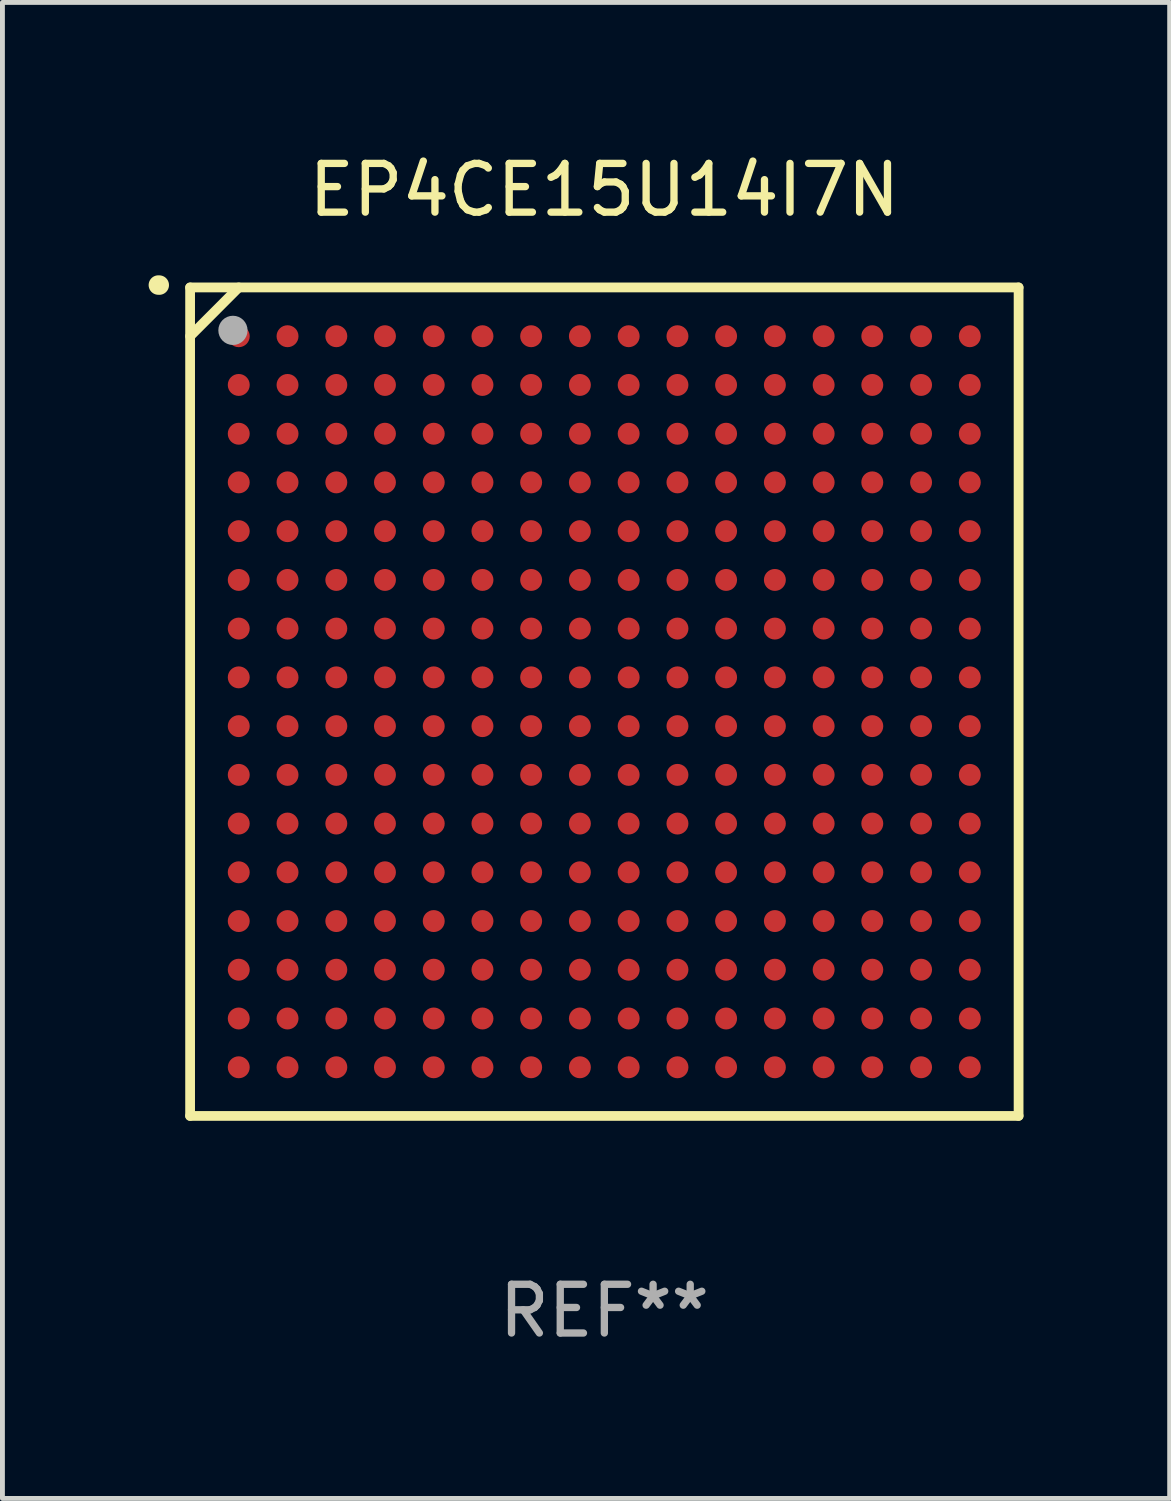
<source format=kicad_pcb>
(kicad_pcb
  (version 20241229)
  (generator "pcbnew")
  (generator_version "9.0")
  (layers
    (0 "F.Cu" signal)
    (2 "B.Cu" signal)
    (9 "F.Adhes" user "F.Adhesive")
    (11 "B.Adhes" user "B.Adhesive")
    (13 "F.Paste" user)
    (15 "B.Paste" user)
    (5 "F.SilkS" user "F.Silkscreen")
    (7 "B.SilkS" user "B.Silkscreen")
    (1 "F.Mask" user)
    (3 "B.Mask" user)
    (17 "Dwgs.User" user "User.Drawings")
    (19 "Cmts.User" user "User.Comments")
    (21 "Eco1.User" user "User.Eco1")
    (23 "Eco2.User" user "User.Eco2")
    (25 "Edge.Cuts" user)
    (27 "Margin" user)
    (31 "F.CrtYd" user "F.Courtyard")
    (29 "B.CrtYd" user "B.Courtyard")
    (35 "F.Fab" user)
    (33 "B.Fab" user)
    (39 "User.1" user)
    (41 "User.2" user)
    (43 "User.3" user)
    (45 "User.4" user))
  (footprint "EP4CE15U14I7N"
    (layer "F.Cu")
    (at 9.351 11.348)
    (property "Reference" "EP4CE15U14I7N" (at 0 -10.5 0) (layer "F.SilkS") (effects (font (size 1 1) (thickness 0.15))))
    (attr through_hole)
    (fp_line (start -8.5 -8.5) (end 8.5 -8.5) (stroke (width 0.2) (type solid)) (layer "F.SilkS"))
    (fp_line (start -8.5 -7.499) (end -7.502 -8.5) (stroke (width 0.2) (type solid)) (layer "F.SilkS"))
    (fp_line (start -8.5 8.5) (end -8.5 -8.5) (stroke (width 0.2) (type solid)) (layer "F.SilkS"))
    (fp_line (start 8.5 -8.5) (end 8.5 8.5) (stroke (width 0.2) (type solid)) (layer "F.SilkS"))
    (fp_line (start 8.5 8.5) (end -8.5 8.5) (stroke (width 0.2) (type solid)) (layer "F.SilkS"))
    (fp_arc (start -9.151181 -8.548768) (mid -9.142295 -8.548541) (end -9.133426 -8.547955) (stroke (width 0.4) (type solid)) (layer "F.SilkS"))
    (fp_circle (center -8.501 -8.499) (end -8.471 -8.499) (stroke (width 0.06) (type solid)) (fill no) (layer "F.SilkS"))
    (fp_circle (center -7.621 -7.619) (end -7.471 -7.619) (stroke (width 0.3) (type solid)) (fill no) (layer "F.Fab"))
    (fp_text user "REF**" (at 0 12.5 0) (layer "F.Fab") (effects (font (size 1 1) (thickness 0.15))))
    (pad "A1" smd circle (at -7.502 -7.499) (size 0.45 0.45) (layers "F.Cu" "F.Mask" "F.Paste"))
    (pad "A2" smd circle (at -6.501 -7.499) (size 0.45 0.45) (layers "F.Cu" "F.Mask" "F.Paste"))
    (pad "A3" smd circle (at -5.5 -7.499) (size 0.45 0.45) (layers "F.Cu" "F.Mask" "F.Paste"))
    (pad "A4" smd circle (at -4.502 -7.499) (size 0.45 0.45) (layers "F.Cu" "F.Mask" "F.Paste"))
    (pad "A5" smd circle (at -3.501 -7.499) (size 0.45 0.45) (layers "F.Cu" "F.Mask" "F.Paste"))
    (pad "A6" smd circle (at -2.501 -7.499) (size 0.45 0.45) (layers "F.Cu" "F.Mask" "F.Paste"))
    (pad "A7" smd circle (at -1.502 -7.499) (size 0.45 0.45) (layers "F.Cu" "F.Mask" "F.Paste"))
    (pad "A8" smd circle (at -0.502 -7.499) (size 0.45 0.45) (layers "F.Cu" "F.Mask" "F.Paste"))
    (pad "A9" smd circle (at 0.499 -7.499) (size 0.45 0.45) (layers "F.Cu" "F.Mask" "F.Paste"))
    (pad "A10" smd circle (at 1.5 -7.499) (size 0.45 0.45) (layers "F.Cu" "F.Mask" "F.Paste"))
    (pad "A11" smd circle (at 2.498 -7.499) (size 0.45 0.45) (layers "F.Cu" "F.Mask" "F.Paste"))
    (pad "A12" smd circle (at 3.499 -7.499) (size 0.45 0.45) (layers "F.Cu" "F.Mask" "F.Paste"))
    (pad "A13" smd circle (at 4.5 -7.499) (size 0.45 0.45) (layers "F.Cu" "F.Mask" "F.Paste"))
    (pad "A14" smd circle (at 5.498 -7.499) (size 0.45 0.45) (layers "F.Cu" "F.Mask" "F.Paste"))
    (pad "A15" smd circle (at 6.499 -7.499) (size 0.45 0.45) (layers "F.Cu" "F.Mask" "F.Paste"))
    (pad "A16" smd circle (at 7.499 -7.499) (size 0.45 0.45) (layers "F.Cu" "F.Mask" "F.Paste"))
    (pad "B1" smd circle (at -7.502 -6.499) (size 0.45 0.45) (layers "F.Cu" "F.Mask" "F.Paste"))
    (pad "B2" smd circle (at -6.501 -6.499) (size 0.45 0.45) (layers "F.Cu" "F.Mask" "F.Paste"))
    (pad "B3" smd circle (at -5.5 -6.499) (size 0.45 0.45) (layers "F.Cu" "F.Mask" "F.Paste"))
    (pad "B4" smd circle (at -4.502 -6.499) (size 0.45 0.45) (layers "F.Cu" "F.Mask" "F.Paste"))
    (pad "B5" smd circle (at -3.501 -6.499) (size 0.45 0.45) (layers "F.Cu" "F.Mask" "F.Paste"))
    (pad "B6" smd circle (at -2.501 -6.499) (size 0.45 0.45) (layers "F.Cu" "F.Mask" "F.Paste"))
    (pad "B7" smd circle (at -1.502 -6.499) (size 0.45 0.45) (layers "F.Cu" "F.Mask" "F.Paste"))
    (pad "B8" smd circle (at -0.502 -6.499) (size 0.45 0.45) (layers "F.Cu" "F.Mask" "F.Paste"))
    (pad "B9" smd circle (at 0.499 -6.499) (size 0.45 0.45) (layers "F.Cu" "F.Mask" "F.Paste"))
    (pad "B10" smd circle (at 1.5 -6.499) (size 0.45 0.45) (layers "F.Cu" "F.Mask" "F.Paste"))
    (pad "B11" smd circle (at 2.498 -6.499) (size 0.45 0.45) (layers "F.Cu" "F.Mask" "F.Paste"))
    (pad "B12" smd circle (at 3.499 -6.499) (size 0.45 0.45) (layers "F.Cu" "F.Mask" "F.Paste"))
    (pad "B13" smd circle (at 4.5 -6.499) (size 0.45 0.45) (layers "F.Cu" "F.Mask" "F.Paste"))
    (pad "B14" smd circle (at 5.498 -6.499) (size 0.45 0.45) (layers "F.Cu" "F.Mask" "F.Paste"))
    (pad "B15" smd circle (at 6.499 -6.499) (size 0.45 0.45) (layers "F.Cu" "F.Mask" "F.Paste"))
    (pad "B16" smd circle (at 7.499 -6.499) (size 0.45 0.45) (layers "F.Cu" "F.Mask" "F.Paste"))
    (pad "C1" smd circle (at -7.502 -5.498) (size 0.45 0.45) (layers "F.Cu" "F.Mask" "F.Paste"))
    (pad "C2" smd circle (at -6.501 -5.498) (size 0.45 0.45) (layers "F.Cu" "F.Mask" "F.Paste"))
    (pad "C3" smd circle (at -5.5 -5.498) (size 0.45 0.45) (layers "F.Cu" "F.Mask" "F.Paste"))
    (pad "C4" smd circle (at -4.502 -5.498) (size 0.45 0.45) (layers "F.Cu" "F.Mask" "F.Paste"))
    (pad "C5" smd circle (at -3.501 -5.498) (size 0.45 0.45) (layers "F.Cu" "F.Mask" "F.Paste"))
    (pad "C6" smd circle (at -2.501 -5.498) (size 0.45 0.45) (layers "F.Cu" "F.Mask" "F.Paste"))
    (pad "C7" smd circle (at -1.502 -5.498) (size 0.45 0.45) (layers "F.Cu" "F.Mask" "F.Paste"))
    (pad "C8" smd circle (at -0.502 -5.498) (size 0.45 0.45) (layers "F.Cu" "F.Mask" "F.Paste"))
    (pad "C9" smd circle (at 0.499 -5.498) (size 0.45 0.45) (layers "F.Cu" "F.Mask" "F.Paste"))
    (pad "C10" smd circle (at 1.5 -5.498) (size 0.45 0.45) (layers "F.Cu" "F.Mask" "F.Paste"))
    (pad "C11" smd circle (at 2.498 -5.498) (size 0.45 0.45) (layers "F.Cu" "F.Mask" "F.Paste"))
    (pad "C12" smd circle (at 3.499 -5.498) (size 0.45 0.45) (layers "F.Cu" "F.Mask" "F.Paste"))
    (pad "C13" smd circle (at 4.5 -5.498) (size 0.45 0.45) (layers "F.Cu" "F.Mask" "F.Paste"))
    (pad "C14" smd circle (at 5.498 -5.498) (size 0.45 0.45) (layers "F.Cu" "F.Mask" "F.Paste"))
    (pad "C15" smd circle (at 6.499 -5.498) (size 0.45 0.45) (layers "F.Cu" "F.Mask" "F.Paste"))
    (pad "C16" smd circle (at 7.499 -5.498) (size 0.45 0.45) (layers "F.Cu" "F.Mask" "F.Paste"))
    (pad "D1" smd circle (at -7.502 -4.5) (size 0.45 0.45) (layers "F.Cu" "F.Mask" "F.Paste"))
    (pad "D2" smd circle (at -6.501 -4.5) (size 0.45 0.45) (layers "F.Cu" "F.Mask" "F.Paste"))
    (pad "D3" smd circle (at -5.5 -4.5) (size 0.45 0.45) (layers "F.Cu" "F.Mask" "F.Paste"))
    (pad "D4" smd circle (at -4.502 -4.5) (size 0.45 0.45) (layers "F.Cu" "F.Mask" "F.Paste"))
    (pad "D5" smd circle (at -3.501 -4.5) (size 0.45 0.45) (layers "F.Cu" "F.Mask" "F.Paste"))
    (pad "D6" smd circle (at -2.501 -4.5) (size 0.45 0.45) (layers "F.Cu" "F.Mask" "F.Paste"))
    (pad "D7" smd circle (at -1.502 -4.5) (size 0.45 0.45) (layers "F.Cu" "F.Mask" "F.Paste"))
    (pad "D8" smd circle (at -0.502 -4.5) (size 0.45 0.45) (layers "F.Cu" "F.Mask" "F.Paste"))
    (pad "D9" smd circle (at 0.499 -4.5) (size 0.45 0.45) (layers "F.Cu" "F.Mask" "F.Paste"))
    (pad "D10" smd circle (at 1.5 -4.5) (size 0.45 0.45) (layers "F.Cu" "F.Mask" "F.Paste"))
    (pad "D11" smd circle (at 2.498 -4.5) (size 0.45 0.45) (layers "F.Cu" "F.Mask" "F.Paste"))
    (pad "D12" smd circle (at 3.499 -4.5) (size 0.45 0.45) (layers "F.Cu" "F.Mask" "F.Paste"))
    (pad "D13" smd circle (at 4.5 -4.5) (size 0.45 0.45) (layers "F.Cu" "F.Mask" "F.Paste"))
    (pad "D14" smd circle (at 5.498 -4.5) (size 0.45 0.45) (layers "F.Cu" "F.Mask" "F.Paste"))
    (pad "D15" smd circle (at 6.499 -4.5) (size 0.45 0.45) (layers "F.Cu" "F.Mask" "F.Paste"))
    (pad "D16" smd circle (at 7.499 -4.5) (size 0.45 0.45) (layers "F.Cu" "F.Mask" "F.Paste"))
    (pad "E1" smd circle (at -7.502 -3.499) (size 0.45 0.45) (layers "F.Cu" "F.Mask" "F.Paste"))
    (pad "E2" smd circle (at -6.501 -3.499) (size 0.45 0.45) (layers "F.Cu" "F.Mask" "F.Paste"))
    (pad "E3" smd circle (at -5.5 -3.499) (size 0.45 0.45) (layers "F.Cu" "F.Mask" "F.Paste"))
    (pad "E4" smd circle (at -4.502 -3.499) (size 0.45 0.45) (layers "F.Cu" "F.Mask" "F.Paste"))
    (pad "E5" smd circle (at -3.501 -3.499) (size 0.45 0.45) (layers "F.Cu" "F.Mask" "F.Paste"))
    (pad "E6" smd circle (at -2.501 -3.499) (size 0.45 0.45) (layers "F.Cu" "F.Mask" "F.Paste"))
    (pad "E7" smd circle (at -1.502 -3.499) (size 0.45 0.45) (layers "F.Cu" "F.Mask" "F.Paste"))
    (pad "E8" smd circle (at -0.502 -3.499) (size 0.45 0.45) (layers "F.Cu" "F.Mask" "F.Paste"))
    (pad "E9" smd circle (at 0.499 -3.499) (size 0.45 0.45) (layers "F.Cu" "F.Mask" "F.Paste"))
    (pad "E10" smd circle (at 1.5 -3.499) (size 0.45 0.45) (layers "F.Cu" "F.Mask" "F.Paste"))
    (pad "E11" smd circle (at 2.498 -3.499) (size 0.45 0.45) (layers "F.Cu" "F.Mask" "F.Paste"))
    (pad "E12" smd circle (at 3.499 -3.499) (size 0.45 0.45) (layers "F.Cu" "F.Mask" "F.Paste"))
    (pad "E13" smd circle (at 4.5 -3.499) (size 0.45 0.45) (layers "F.Cu" "F.Mask" "F.Paste"))
    (pad "E14" smd circle (at 5.498 -3.499) (size 0.45 0.45) (layers "F.Cu" "F.Mask" "F.Paste"))
    (pad "E15" smd circle (at 6.499 -3.499) (size 0.45 0.45) (layers "F.Cu" "F.Mask" "F.Paste"))
    (pad "E16" smd circle (at 7.499 -3.499) (size 0.45 0.45) (layers "F.Cu" "F.Mask" "F.Paste"))
    (pad "F1" smd circle (at -7.502 -2.498) (size 0.45 0.45) (layers "F.Cu" "F.Mask" "F.Paste"))
    (pad "F2" smd circle (at -6.501 -2.498) (size 0.45 0.45) (layers "F.Cu" "F.Mask" "F.Paste"))
    (pad "F3" smd circle (at -5.5 -2.498) (size 0.45 0.45) (layers "F.Cu" "F.Mask" "F.Paste"))
    (pad "F4" smd circle (at -4.502 -2.498) (size 0.45 0.45) (layers "F.Cu" "F.Mask" "F.Paste"))
    (pad "F5" smd circle (at -3.501 -2.498) (size 0.45 0.45) (layers "F.Cu" "F.Mask" "F.Paste"))
    (pad "F6" smd circle (at -2.501 -2.498) (size 0.45 0.45) (layers "F.Cu" "F.Mask" "F.Paste"))
    (pad "F7" smd circle (at -1.502 -2.498) (size 0.45 0.45) (layers "F.Cu" "F.Mask" "F.Paste"))
    (pad "F8" smd circle (at -0.502 -2.498) (size 0.45 0.45) (layers "F.Cu" "F.Mask" "F.Paste"))
    (pad "F9" smd circle (at 0.499 -2.498) (size 0.45 0.45) (layers "F.Cu" "F.Mask" "F.Paste"))
    (pad "F10" smd circle (at 1.5 -2.498) (size 0.45 0.45) (layers "F.Cu" "F.Mask" "F.Paste"))
    (pad "F11" smd circle (at 2.498 -2.498) (size 0.45 0.45) (layers "F.Cu" "F.Mask" "F.Paste"))
    (pad "F12" smd circle (at 3.499 -2.498) (size 0.45 0.45) (layers "F.Cu" "F.Mask" "F.Paste"))
    (pad "F13" smd circle (at 4.5 -2.498) (size 0.45 0.45) (layers "F.Cu" "F.Mask" "F.Paste"))
    (pad "F14" smd circle (at 5.498 -2.498) (size 0.45 0.45) (layers "F.Cu" "F.Mask" "F.Paste"))
    (pad "F15" smd circle (at 6.499 -2.498) (size 0.45 0.45) (layers "F.Cu" "F.Mask" "F.Paste"))
    (pad "F16" smd circle (at 7.499 -2.498) (size 0.45 0.45) (layers "F.Cu" "F.Mask" "F.Paste"))
    (pad "G1" smd circle (at -7.502 -1.5) (size 0.45 0.45) (layers "F.Cu" "F.Mask" "F.Paste"))
    (pad "G2" smd circle (at -6.501 -1.5) (size 0.45 0.45) (layers "F.Cu" "F.Mask" "F.Paste"))
    (pad "G3" smd circle (at -5.5 -1.5) (size 0.45 0.45) (layers "F.Cu" "F.Mask" "F.Paste"))
    (pad "G4" smd circle (at -4.502 -1.5) (size 0.45 0.45) (layers "F.Cu" "F.Mask" "F.Paste"))
    (pad "G5" smd circle (at -3.501 -1.5) (size 0.45 0.45) (layers "F.Cu" "F.Mask" "F.Paste"))
    (pad "G6" smd circle (at -2.501 -1.5) (size 0.45 0.45) (layers "F.Cu" "F.Mask" "F.Paste"))
    (pad "G7" smd circle (at -1.502 -1.5) (size 0.45 0.45) (layers "F.Cu" "F.Mask" "F.Paste"))
    (pad "G8" smd circle (at -0.502 -1.5) (size 0.45 0.45) (layers "F.Cu" "F.Mask" "F.Paste"))
    (pad "G9" smd circle (at 0.499 -1.5) (size 0.45 0.45) (layers "F.Cu" "F.Mask" "F.Paste"))
    (pad "G10" smd circle (at 1.5 -1.5) (size 0.45 0.45) (layers "F.Cu" "F.Mask" "F.Paste"))
    (pad "G11" smd circle (at 2.498 -1.5) (size 0.45 0.45) (layers "F.Cu" "F.Mask" "F.Paste"))
    (pad "G12" smd circle (at 3.499 -1.5) (size 0.45 0.45) (layers "F.Cu" "F.Mask" "F.Paste"))
    (pad "G13" smd circle (at 4.5 -1.5) (size 0.45 0.45) (layers "F.Cu" "F.Mask" "F.Paste"))
    (pad "G14" smd circle (at 5.498 -1.5) (size 0.45 0.45) (layers "F.Cu" "F.Mask" "F.Paste"))
    (pad "G15" smd circle (at 6.499 -1.5) (size 0.45 0.45) (layers "F.Cu" "F.Mask" "F.Paste"))
    (pad "G16" smd circle (at 7.499 -1.5) (size 0.45 0.45) (layers "F.Cu" "F.Mask" "F.Paste"))
    (pad "H1" smd circle (at -7.502 -0.499) (size 0.45 0.45) (layers "F.Cu" "F.Mask" "F.Paste"))
    (pad "H2" smd circle (at -6.501 -0.499) (size 0.45 0.45) (layers "F.Cu" "F.Mask" "F.Paste"))
    (pad "H3" smd circle (at -5.5 -0.499) (size 0.45 0.45) (layers "F.Cu" "F.Mask" "F.Paste"))
    (pad "H4" smd circle (at -4.502 -0.499) (size 0.45 0.45) (layers "F.Cu" "F.Mask" "F.Paste"))
    (pad "H5" smd circle (at -3.501 -0.499) (size 0.45 0.45) (layers "F.Cu" "F.Mask" "F.Paste"))
    (pad "H6" smd circle (at -2.501 -0.499) (size 0.45 0.45) (layers "F.Cu" "F.Mask" "F.Paste"))
    (pad "H7" smd circle (at -1.502 -0.499) (size 0.45 0.45) (layers "F.Cu" "F.Mask" "F.Paste"))
    (pad "H8" smd circle (at -0.502 -0.499) (size 0.45 0.45) (layers "F.Cu" "F.Mask" "F.Paste"))
    (pad "H9" smd circle (at 0.499 -0.499) (size 0.45 0.45) (layers "F.Cu" "F.Mask" "F.Paste"))
    (pad "H10" smd circle (at 1.5 -0.499) (size 0.45 0.45) (layers "F.Cu" "F.Mask" "F.Paste"))
    (pad "H11" smd circle (at 2.498 -0.499) (size 0.45 0.45) (layers "F.Cu" "F.Mask" "F.Paste"))
    (pad "H12" smd circle (at 3.499 -0.499) (size 0.45 0.45) (layers "F.Cu" "F.Mask" "F.Paste"))
    (pad "H13" smd circle (at 4.5 -0.499) (size 0.45 0.45) (layers "F.Cu" "F.Mask" "F.Paste"))
    (pad "H14" smd circle (at 5.498 -0.499) (size 0.45 0.45) (layers "F.Cu" "F.Mask" "F.Paste"))
    (pad "H15" smd circle (at 6.499 -0.499) (size 0.45 0.45) (layers "F.Cu" "F.Mask" "F.Paste"))
    (pad "H16" smd circle (at 7.499 -0.499) (size 0.45 0.45) (layers "F.Cu" "F.Mask" "F.Paste"))
    (pad "J1" smd circle (at -7.502 0.502) (size 0.45 0.45) (layers "F.Cu" "F.Mask" "F.Paste"))
    (pad "J2" smd circle (at -6.501 0.502) (size 0.45 0.45) (layers "F.Cu" "F.Mask" "F.Paste"))
    (pad "J3" smd circle (at -5.5 0.502) (size 0.45 0.45) (layers "F.Cu" "F.Mask" "F.Paste"))
    (pad "J4" smd circle (at -4.502 0.502) (size 0.45 0.45) (layers "F.Cu" "F.Mask" "F.Paste"))
    (pad "J5" smd circle (at -3.501 0.502) (size 0.45 0.45) (layers "F.Cu" "F.Mask" "F.Paste"))
    (pad "J6" smd circle (at -2.501 0.502) (size 0.45 0.45) (layers "F.Cu" "F.Mask" "F.Paste"))
    (pad "J7" smd circle (at -1.502 0.502) (size 0.45 0.45) (layers "F.Cu" "F.Mask" "F.Paste"))
    (pad "J8" smd circle (at -0.502 0.502) (size 0.45 0.45) (layers "F.Cu" "F.Mask" "F.Paste"))
    (pad "J9" smd circle (at 0.499 0.502) (size 0.45 0.45) (layers "F.Cu" "F.Mask" "F.Paste"))
    (pad "J10" smd circle (at 1.5 0.502) (size 0.45 0.45) (layers "F.Cu" "F.Mask" "F.Paste"))
    (pad "J11" smd circle (at 2.498 0.502) (size 0.45 0.45) (layers "F.Cu" "F.Mask" "F.Paste"))
    (pad "J12" smd circle (at 3.499 0.502) (size 0.45 0.45) (layers "F.Cu" "F.Mask" "F.Paste"))
    (pad "J13" smd circle (at 4.5 0.502) (size 0.45 0.45) (layers "F.Cu" "F.Mask" "F.Paste"))
    (pad "J14" smd circle (at 5.498 0.502) (size 0.45 0.45) (layers "F.Cu" "F.Mask" "F.Paste"))
    (pad "J15" smd circle (at 6.499 0.502) (size 0.45 0.45) (layers "F.Cu" "F.Mask" "F.Paste"))
    (pad "J16" smd circle (at 7.499 0.502) (size 0.45 0.45) (layers "F.Cu" "F.Mask" "F.Paste"))
    (pad "K1" smd circle (at -7.502 1.502) (size 0.45 0.45) (layers "F.Cu" "F.Mask" "F.Paste"))
    (pad "K2" smd circle (at -6.501 1.502) (size 0.45 0.45) (layers "F.Cu" "F.Mask" "F.Paste"))
    (pad "K3" smd circle (at -5.5 1.502) (size 0.45 0.45) (layers "F.Cu" "F.Mask" "F.Paste"))
    (pad "K4" smd circle (at -4.502 1.502) (size 0.45 0.45) (layers "F.Cu" "F.Mask" "F.Paste"))
    (pad "K5" smd circle (at -3.501 1.502) (size 0.45 0.45) (layers "F.Cu" "F.Mask" "F.Paste"))
    (pad "K6" smd circle (at -2.501 1.502) (size 0.45 0.45) (layers "F.Cu" "F.Mask" "F.Paste"))
    (pad "K7" smd circle (at -1.502 1.502) (size 0.45 0.45) (layers "F.Cu" "F.Mask" "F.Paste"))
    (pad "K8" smd circle (at -0.502 1.502) (size 0.45 0.45) (layers "F.Cu" "F.Mask" "F.Paste"))
    (pad "K9" smd circle (at 0.499 1.502) (size 0.45 0.45) (layers "F.Cu" "F.Mask" "F.Paste"))
    (pad "K10" smd circle (at 1.5 1.502) (size 0.45 0.45) (layers "F.Cu" "F.Mask" "F.Paste"))
    (pad "K11" smd circle (at 2.498 1.502) (size 0.45 0.45) (layers "F.Cu" "F.Mask" "F.Paste"))
    (pad "K12" smd circle (at 3.499 1.502) (size 0.45 0.45) (layers "F.Cu" "F.Mask" "F.Paste"))
    (pad "K13" smd circle (at 4.5 1.502) (size 0.45 0.45) (layers "F.Cu" "F.Mask" "F.Paste"))
    (pad "K14" smd circle (at 5.498 1.502) (size 0.45 0.45) (layers "F.Cu" "F.Mask" "F.Paste"))
    (pad "K15" smd circle (at 6.499 1.502) (size 0.45 0.45) (layers "F.Cu" "F.Mask" "F.Paste"))
    (pad "K16" smd circle (at 7.499 1.502) (size 0.45 0.45) (layers "F.Cu" "F.Mask" "F.Paste"))
    (pad "L1" smd circle (at -7.502 2.501) (size 0.45 0.45) (layers "F.Cu" "F.Mask" "F.Paste"))
    (pad "L2" smd circle (at -6.501 2.501) (size 0.45 0.45) (layers "F.Cu" "F.Mask" "F.Paste"))
    (pad "L3" smd circle (at -5.5 2.501) (size 0.45 0.45) (layers "F.Cu" "F.Mask" "F.Paste"))
    (pad "L4" smd circle (at -4.502 2.501) (size 0.45 0.45) (layers "F.Cu" "F.Mask" "F.Paste"))
    (pad "L5" smd circle (at -3.501 2.501) (size 0.45 0.45) (layers "F.Cu" "F.Mask" "F.Paste"))
    (pad "L6" smd circle (at -2.501 2.501) (size 0.45 0.45) (layers "F.Cu" "F.Mask" "F.Paste"))
    (pad "L7" smd circle (at -1.502 2.501) (size 0.45 0.45) (layers "F.Cu" "F.Mask" "F.Paste"))
    (pad "L8" smd circle (at -0.502 2.501) (size 0.45 0.45) (layers "F.Cu" "F.Mask" "F.Paste"))
    (pad "L9" smd circle (at 0.499 2.501) (size 0.45 0.45) (layers "F.Cu" "F.Mask" "F.Paste"))
    (pad "L10" smd circle (at 1.5 2.501) (size 0.45 0.45) (layers "F.Cu" "F.Mask" "F.Paste"))
    (pad "L11" smd circle (at 2.498 2.501) (size 0.45 0.45) (layers "F.Cu" "F.Mask" "F.Paste"))
    (pad "L12" smd circle (at 3.499 2.501) (size 0.45 0.45) (layers "F.Cu" "F.Mask" "F.Paste"))
    (pad "L13" smd circle (at 4.5 2.501) (size 0.45 0.45) (layers "F.Cu" "F.Mask" "F.Paste"))
    (pad "L14" smd circle (at 5.498 2.501) (size 0.45 0.45) (layers "F.Cu" "F.Mask" "F.Paste"))
    (pad "L15" smd circle (at 6.499 2.501) (size 0.45 0.45) (layers "F.Cu" "F.Mask" "F.Paste"))
    (pad "L16" smd circle (at 7.499 2.501) (size 0.45 0.45) (layers "F.Cu" "F.Mask" "F.Paste"))
    (pad "M1" smd circle (at -7.502 3.501) (size 0.45 0.45) (layers "F.Cu" "F.Mask" "F.Paste"))
    (pad "M2" smd circle (at -6.501 3.501) (size 0.45 0.45) (layers "F.Cu" "F.Mask" "F.Paste"))
    (pad "M3" smd circle (at -5.5 3.501) (size 0.45 0.45) (layers "F.Cu" "F.Mask" "F.Paste"))
    (pad "M4" smd circle (at -4.502 3.501) (size 0.45 0.45) (layers "F.Cu" "F.Mask" "F.Paste"))
    (pad "M5" smd circle (at -3.501 3.501) (size 0.45 0.45) (layers "F.Cu" "F.Mask" "F.Paste"))
    (pad "M6" smd circle (at -2.501 3.501) (size 0.45 0.45) (layers "F.Cu" "F.Mask" "F.Paste"))
    (pad "M7" smd circle (at -1.502 3.501) (size 0.45 0.45) (layers "F.Cu" "F.Mask" "F.Paste"))
    (pad "M8" smd circle (at -0.502 3.501) (size 0.45 0.45) (layers "F.Cu" "F.Mask" "F.Paste"))
    (pad "M9" smd circle (at 0.499 3.501) (size 0.45 0.45) (layers "F.Cu" "F.Mask" "F.Paste"))
    (pad "M10" smd circle (at 1.5 3.501) (size 0.45 0.45) (layers "F.Cu" "F.Mask" "F.Paste"))
    (pad "M11" smd circle (at 2.498 3.501) (size 0.45 0.45) (layers "F.Cu" "F.Mask" "F.Paste"))
    (pad "M12" smd circle (at 3.499 3.501) (size 0.45 0.45) (layers "F.Cu" "F.Mask" "F.Paste"))
    (pad "M13" smd circle (at 4.5 3.501) (size 0.45 0.45) (layers "F.Cu" "F.Mask" "F.Paste"))
    (pad "M14" smd circle (at 5.498 3.501) (size 0.45 0.45) (layers "F.Cu" "F.Mask" "F.Paste"))
    (pad "M15" smd circle (at 6.499 3.501) (size 0.45 0.45) (layers "F.Cu" "F.Mask" "F.Paste"))
    (pad "M16" smd circle (at 7.499 3.501) (size 0.45 0.45) (layers "F.Cu" "F.Mask" "F.Paste"))
    (pad "N1" smd circle (at -7.502 4.502) (size 0.45 0.45) (layers "F.Cu" "F.Mask" "F.Paste"))
    (pad "N2" smd circle (at -6.501 4.502) (size 0.45 0.45) (layers "F.Cu" "F.Mask" "F.Paste"))
    (pad "N3" smd circle (at -5.5 4.502) (size 0.45 0.45) (layers "F.Cu" "F.Mask" "F.Paste"))
    (pad "N4" smd circle (at -4.502 4.502) (size 0.45 0.45) (layers "F.Cu" "F.Mask" "F.Paste"))
    (pad "N5" smd circle (at -3.501 4.502) (size 0.45 0.45) (layers "F.Cu" "F.Mask" "F.Paste"))
    (pad "N6" smd circle (at -2.501 4.502) (size 0.45 0.45) (layers "F.Cu" "F.Mask" "F.Paste"))
    (pad "N7" smd circle (at -1.502 4.502) (size 0.45 0.45) (layers "F.Cu" "F.Mask" "F.Paste"))
    (pad "N8" smd circle (at -0.502 4.502) (size 0.45 0.45) (layers "F.Cu" "F.Mask" "F.Paste"))
    (pad "N9" smd circle (at 0.499 4.502) (size 0.45 0.45) (layers "F.Cu" "F.Mask" "F.Paste"))
    (pad "N10" smd circle (at 1.5 4.502) (size 0.45 0.45) (layers "F.Cu" "F.Mask" "F.Paste"))
    (pad "N11" smd circle (at 2.498 4.502) (size 0.45 0.45) (layers "F.Cu" "F.Mask" "F.Paste"))
    (pad "N12" smd circle (at 3.499 4.502) (size 0.45 0.45) (layers "F.Cu" "F.Mask" "F.Paste"))
    (pad "N13" smd circle (at 4.5 4.502) (size 0.45 0.45) (layers "F.Cu" "F.Mask" "F.Paste"))
    (pad "N14" smd circle (at 5.498 4.502) (size 0.45 0.45) (layers "F.Cu" "F.Mask" "F.Paste"))
    (pad "N15" smd circle (at 6.499 4.502) (size 0.45 0.45) (layers "F.Cu" "F.Mask" "F.Paste"))
    (pad "N16" smd circle (at 7.499 4.502) (size 0.45 0.45) (layers "F.Cu" "F.Mask" "F.Paste"))
    (pad "P1" smd circle (at -7.502 5.5) (size 0.45 0.45) (layers "F.Cu" "F.Mask" "F.Paste"))
    (pad "P2" smd circle (at -6.501 5.5) (size 0.45 0.45) (layers "F.Cu" "F.Mask" "F.Paste"))
    (pad "P3" smd circle (at -5.5 5.5) (size 0.45 0.45) (layers "F.Cu" "F.Mask" "F.Paste"))
    (pad "P4" smd circle (at -4.502 5.5) (size 0.45 0.45) (layers "F.Cu" "F.Mask" "F.Paste"))
    (pad "P5" smd circle (at -3.501 5.5) (size 0.45 0.45) (layers "F.Cu" "F.Mask" "F.Paste"))
    (pad "P6" smd circle (at -2.501 5.5) (size 0.45 0.45) (layers "F.Cu" "F.Mask" "F.Paste"))
    (pad "P7" smd circle (at -1.502 5.5) (size 0.45 0.45) (layers "F.Cu" "F.Mask" "F.Paste"))
    (pad "P8" smd circle (at -0.502 5.5) (size 0.45 0.45) (layers "F.Cu" "F.Mask" "F.Paste"))
    (pad "P9" smd circle (at 0.499 5.5) (size 0.45 0.45) (layers "F.Cu" "F.Mask" "F.Paste"))
    (pad "P10" smd circle (at 1.5 5.5) (size 0.45 0.45) (layers "F.Cu" "F.Mask" "F.Paste"))
    (pad "P11" smd circle (at 2.498 5.5) (size 0.45 0.45) (layers "F.Cu" "F.Mask" "F.Paste"))
    (pad "P12" smd circle (at 3.499 5.5) (size 0.45 0.45) (layers "F.Cu" "F.Mask" "F.Paste"))
    (pad "P13" smd circle (at 4.5 5.5) (size 0.45 0.45) (layers "F.Cu" "F.Mask" "F.Paste"))
    (pad "P14" smd circle (at 5.498 5.5) (size 0.45 0.45) (layers "F.Cu" "F.Mask" "F.Paste"))
    (pad "P15" smd circle (at 6.499 5.5) (size 0.45 0.45) (layers "F.Cu" "F.Mask" "F.Paste"))
    (pad "P16" smd circle (at 7.499 5.5) (size 0.45 0.45) (layers "F.Cu" "F.Mask" "F.Paste"))
    (pad "R1" smd circle (at -7.502 6.501) (size 0.45 0.45) (layers "F.Cu" "F.Mask" "F.Paste"))
    (pad "R2" smd circle (at -6.501 6.501) (size 0.45 0.45) (layers "F.Cu" "F.Mask" "F.Paste"))
    (pad "R3" smd circle (at -5.5 6.501) (size 0.45 0.45) (layers "F.Cu" "F.Mask" "F.Paste"))
    (pad "R4" smd circle (at -4.502 6.501) (size 0.45 0.45) (layers "F.Cu" "F.Mask" "F.Paste"))
    (pad "R5" smd circle (at -3.501 6.501) (size 0.45 0.45) (layers "F.Cu" "F.Mask" "F.Paste"))
    (pad "R6" smd circle (at -2.501 6.501) (size 0.45 0.45) (layers "F.Cu" "F.Mask" "F.Paste"))
    (pad "R7" smd circle (at -1.502 6.501) (size 0.45 0.45) (layers "F.Cu" "F.Mask" "F.Paste"))
    (pad "R8" smd circle (at -0.502 6.501) (size 0.45 0.45) (layers "F.Cu" "F.Mask" "F.Paste"))
    (pad "R9" smd circle (at 0.499 6.501) (size 0.45 0.45) (layers "F.Cu" "F.Mask" "F.Paste"))
    (pad "R10" smd circle (at 1.5 6.501) (size 0.45 0.45) (layers "F.Cu" "F.Mask" "F.Paste"))
    (pad "R11" smd circle (at 2.498 6.501) (size 0.45 0.45) (layers "F.Cu" "F.Mask" "F.Paste"))
    (pad "R12" smd circle (at 3.499 6.501) (size 0.45 0.45) (layers "F.Cu" "F.Mask" "F.Paste"))
    (pad "R13" smd circle (at 4.5 6.501) (size 0.45 0.45) (layers "F.Cu" "F.Mask" "F.Paste"))
    (pad "R14" smd circle (at 5.498 6.501) (size 0.45 0.45) (layers "F.Cu" "F.Mask" "F.Paste"))
    (pad "R15" smd circle (at 6.499 6.501) (size 0.45 0.45) (layers "F.Cu" "F.Mask" "F.Paste"))
    (pad "R16" smd circle (at 7.499 6.501) (size 0.45 0.45) (layers "F.Cu" "F.Mask" "F.Paste"))
    (pad "T1" smd circle (at -7.502 7.502) (size 0.45 0.45) (layers "F.Cu" "F.Mask" "F.Paste"))
    (pad "T2" smd circle (at -6.501 7.502) (size 0.45 0.45) (layers "F.Cu" "F.Mask" "F.Paste"))
    (pad "T3" smd circle (at -5.5 7.502) (size 0.45 0.45) (layers "F.Cu" "F.Mask" "F.Paste"))
    (pad "T4" smd circle (at -4.502 7.502) (size 0.45 0.45) (layers "F.Cu" "F.Mask" "F.Paste"))
    (pad "T5" smd circle (at -3.501 7.502) (size 0.45 0.45) (layers "F.Cu" "F.Mask" "F.Paste"))
    (pad "T6" smd circle (at -2.501 7.502) (size 0.45 0.45) (layers "F.Cu" "F.Mask" "F.Paste"))
    (pad "T7" smd circle (at -1.502 7.502) (size 0.45 0.45) (layers "F.Cu" "F.Mask" "F.Paste"))
    (pad "T8" smd circle (at -0.502 7.502) (size 0.45 0.45) (layers "F.Cu" "F.Mask" "F.Paste"))
    (pad "T9" smd circle (at 0.499 7.502) (size 0.45 0.45) (layers "F.Cu" "F.Mask" "F.Paste"))
    (pad "T10" smd circle (at 1.5 7.502) (size 0.45 0.45) (layers "F.Cu" "F.Mask" "F.Paste"))
    (pad "T11" smd circle (at 2.498 7.502) (size 0.45 0.45) (layers "F.Cu" "F.Mask" "F.Paste"))
    (pad "T12" smd circle (at 3.499 7.502) (size 0.45 0.45) (layers "F.Cu" "F.Mask" "F.Paste"))
    (pad "T13" smd circle (at 4.5 7.502) (size 0.45 0.45) (layers "F.Cu" "F.Mask" "F.Paste"))
    (pad "T14" smd circle (at 5.498 7.502) (size 0.45 0.45) (layers "F.Cu" "F.Mask" "F.Paste"))
    (pad "T15" smd circle (at 6.499 7.502) (size 0.45 0.45) (layers "F.Cu" "F.Mask" "F.Paste"))
    (pad "T16" smd circle (at 7.499 7.502) (size 0.45 0.45) (layers "F.Cu" "F.Mask" "F.Paste")))
  (gr_rect
    (start -3 -3)
    (end 20.951 27.697)
    (stroke (width 0.1) (type default))
    (fill no)
    (layer "Edge.Cuts")))
</source>
